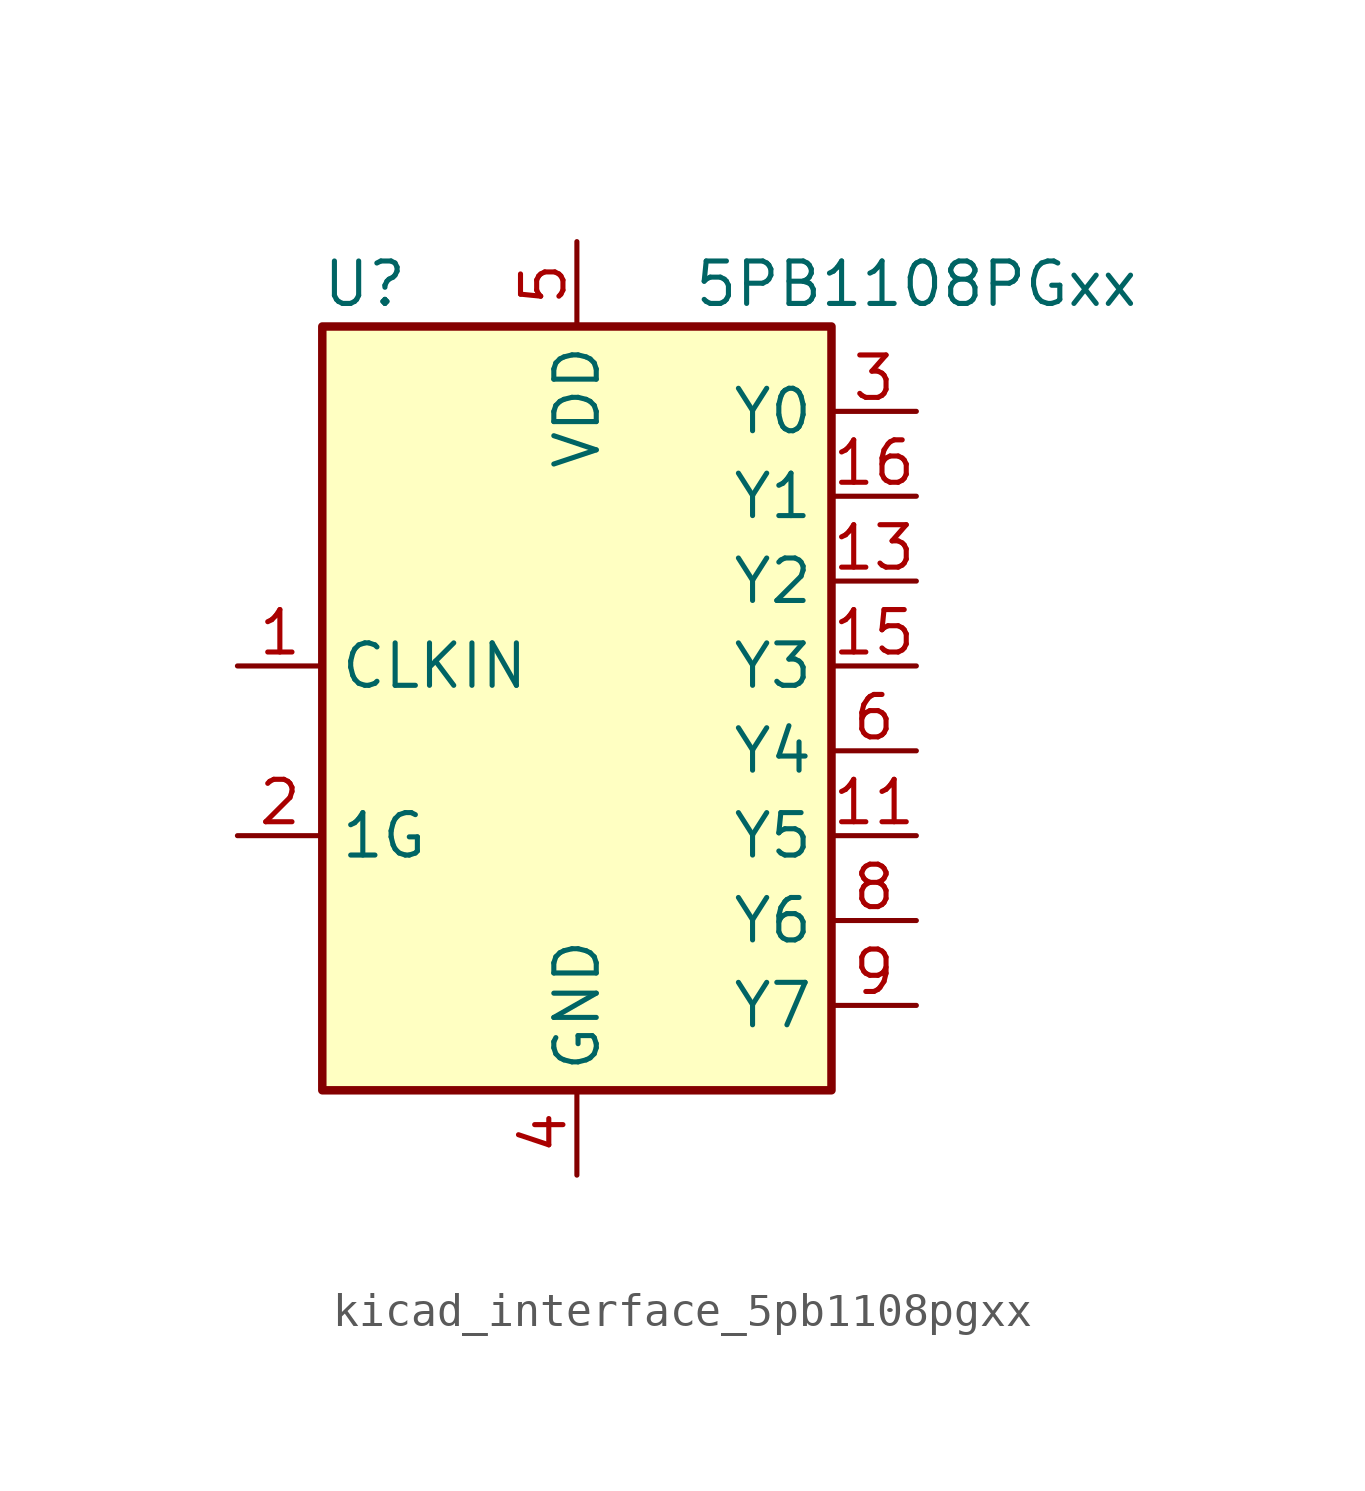
<source format=kicad_sym>
(kicad_symbol_lib
  (version 20220914)
  (generator kicad_symbol_editor)
  (symbol "kicad_interface_5pb1108pgxx"
    (property "Reference" "U"
      (at -6.35 13.97 0)
      (effects (font (size 1.27 1.27))))
    (property "Value" "5PB1108PGxx"
      (at 10.16 13.97 0)
      (effects (font (size 1.27 1.27))))
    (symbol "kicad_interface_5pb1108pgxx_0_1"
      (rectangle (start -7.62 12.7) (end 7.62 -10.16) (stroke (width 0.254) (type default)) (fill (type background))))
    (symbol "kicad_interface_5pb1108pgxx_1_1"
      (pin input line (at -10.16 2.54 0) (length 2.54) (name "CLKIN" (effects (font (size 1.27 1.27)))) (number "1" (effects (font (size 1.27 1.27)))))
      (pin passive line (at 0 15.24 270) (length 2.54) hide (name "VDD" (effects (font (size 1.27 1.27)))) (number "10" (effects (font (size 1.27 1.27)))))
      (pin output line (at 10.16 -2.54 180) (length 2.54) (name "Y5" (effects (font (size 1.27 1.27)))) (number "11" (effects (font (size 1.27 1.27)))))
      (pin passive line (at 0 -12.7 90) (length 2.54) hide (name "GND" (effects (font (size 1.27 1.27)))) (number "12" (effects (font (size 1.27 1.27)))))
      (pin output line (at 10.16 5.08 180) (length 2.54) (name "Y2" (effects (font (size 1.27 1.27)))) (number "13" (effects (font (size 1.27 1.27)))))
      (pin passive line (at 0 15.24 270) (length 2.54) hide (name "VDD" (effects (font (size 1.27 1.27)))) (number "14" (effects (font (size 1.27 1.27)))))
      (pin output line (at 10.16 2.54 180) (length 2.54) (name "Y3" (effects (font (size 1.27 1.27)))) (number "15" (effects (font (size 1.27 1.27)))))
      (pin output line (at 10.16 7.62 180) (length 2.54) (name "Y1" (effects (font (size 1.27 1.27)))) (number "16" (effects (font (size 1.27 1.27)))))
      (pin input line (at -10.16 -2.54 0) (length 2.54) (name "1G" (effects (font (size 1.27 1.27)))) (number "2" (effects (font (size 1.27 1.27)))))
      (pin output line (at 10.16 10.16 180) (length 2.54) (name "Y0" (effects (font (size 1.27 1.27)))) (number "3" (effects (font (size 1.27 1.27)))))
      (pin power_in line (at 0 -12.7 90) (length 2.54) (name "GND" (effects (font (size 1.27 1.27)))) (number "4" (effects (font (size 1.27 1.27)))))
      (pin power_in line (at 0 15.24 270) (length 2.54) (name "VDD" (effects (font (size 1.27 1.27)))) (number "5" (effects (font (size 1.27 1.27)))))
      (pin output line (at 10.16 0 180) (length 2.54) (name "Y4" (effects (font (size 1.27 1.27)))) (number "6" (effects (font (size 1.27 1.27)))))
      (pin passive line (at 0 -12.7 90) (length 2.54) hide (name "GND" (effects (font (size 1.27 1.27)))) (number "7" (effects (font (size 1.27 1.27)))))
      (pin output line (at 10.16 -5.08 180) (length 2.54) (name "Y6" (effects (font (size 1.27 1.27)))) (number "8" (effects (font (size 1.27 1.27)))))
      (pin output line (at 10.16 -7.62 180) (length 2.54) (name "Y7" (effects (font (size 1.27 1.27)))) (number "9" (effects (font (size 1.27 1.27))))))))
</source>
